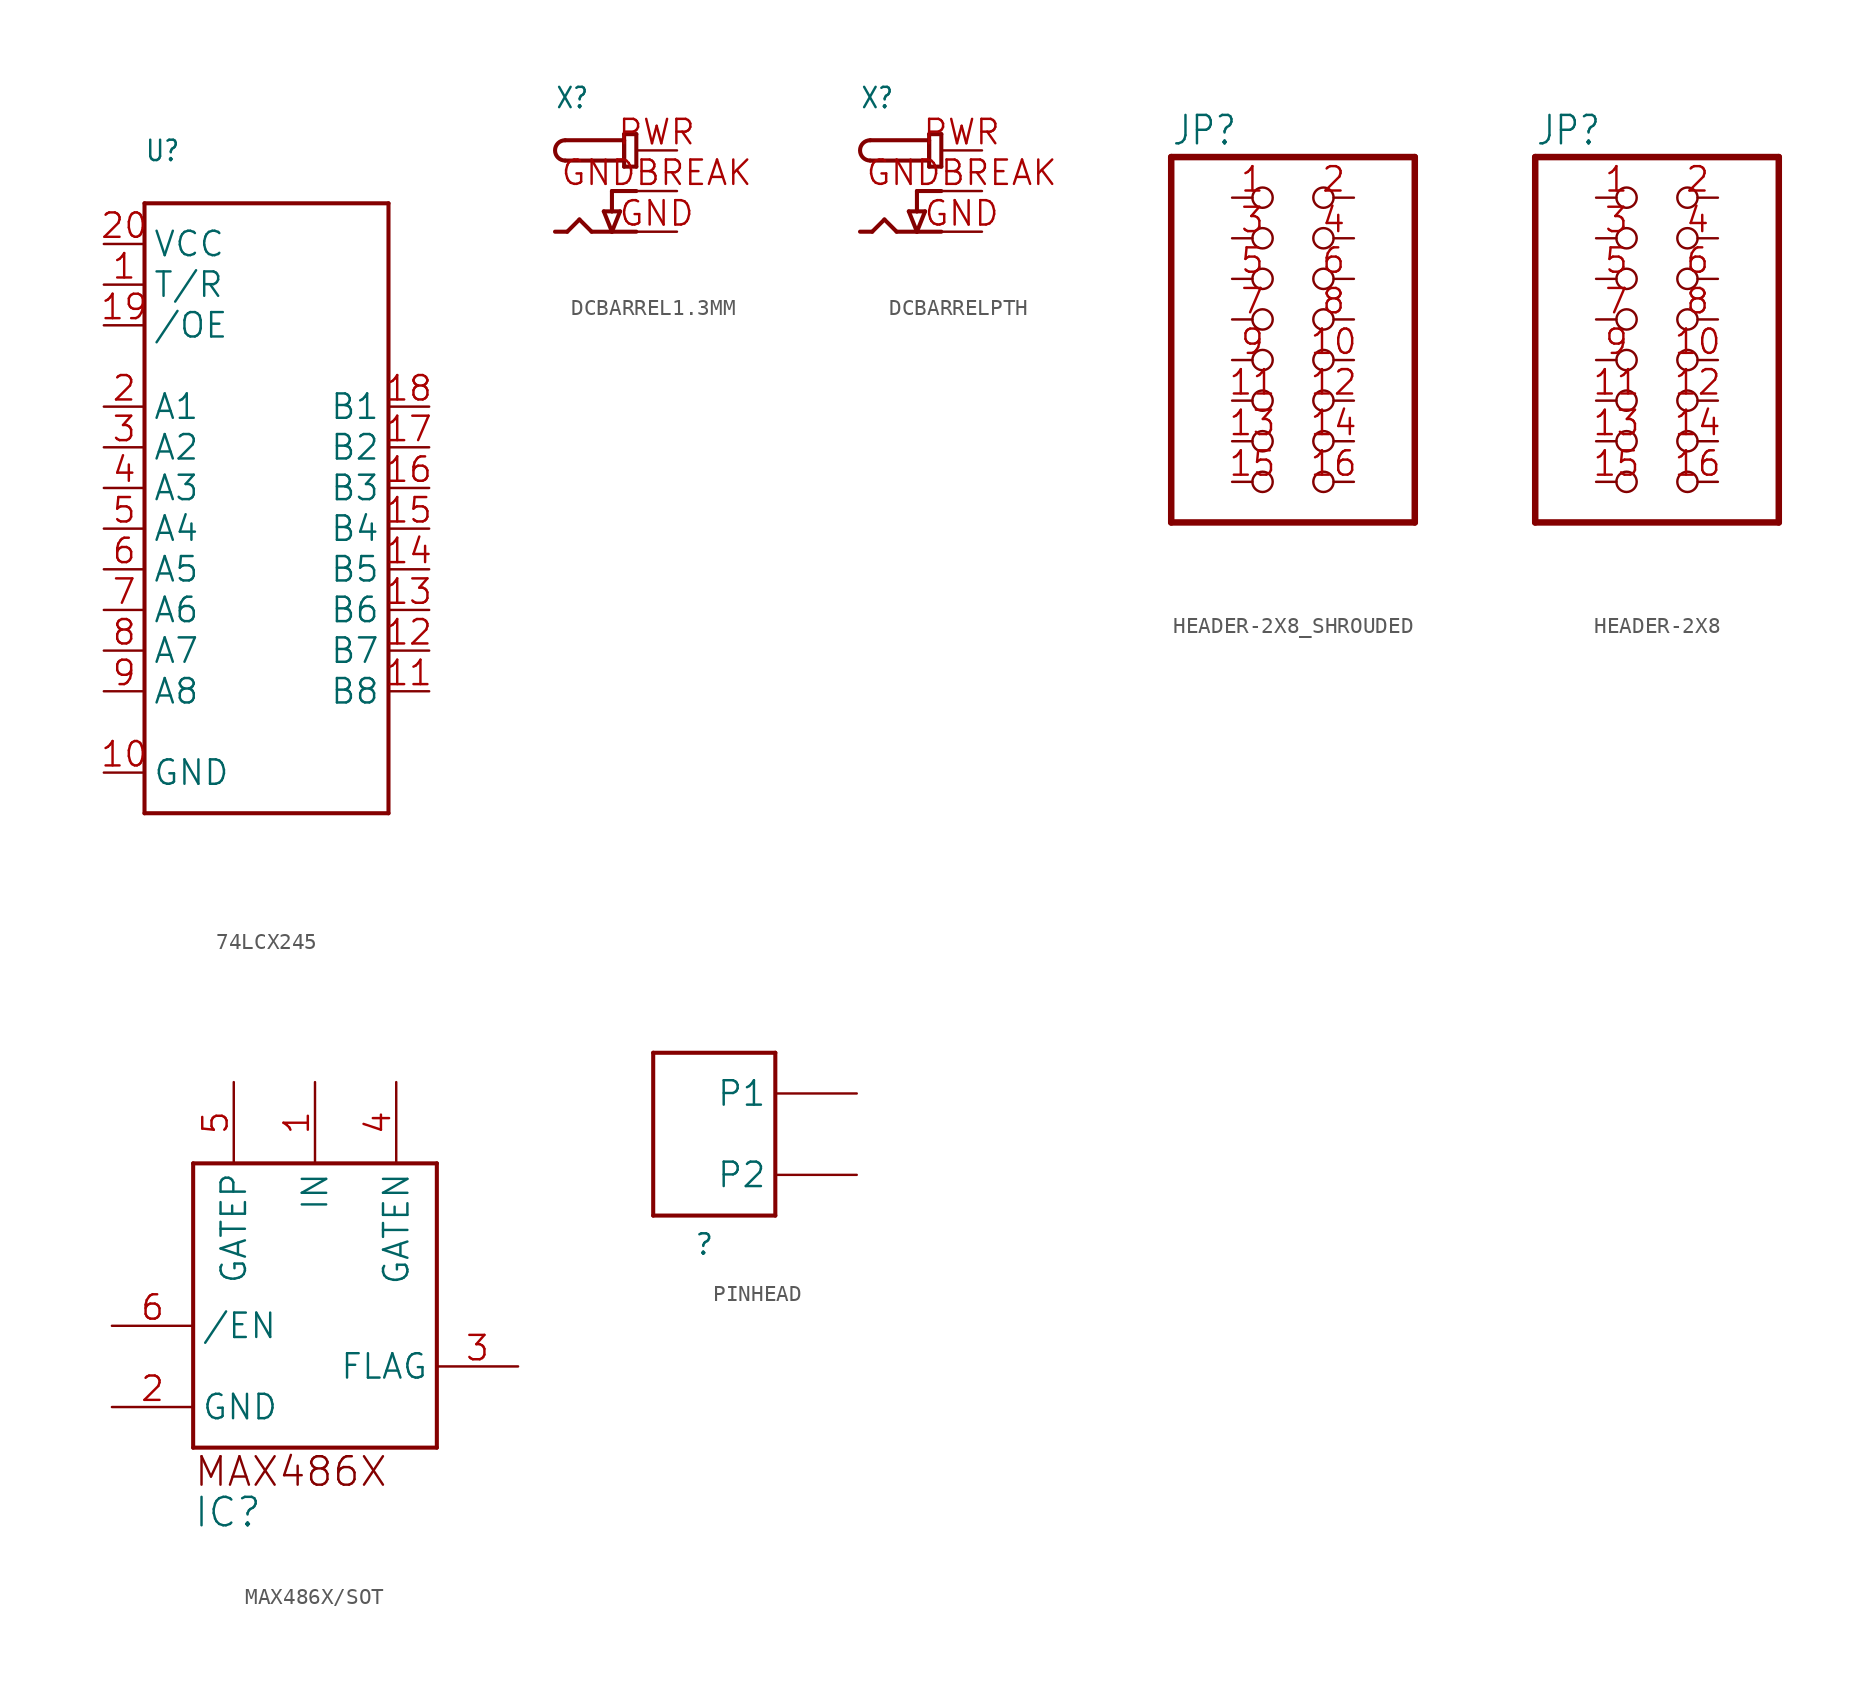
<source format=kicad_sym>
(kicad_symbol_lib
  (version 20241209)
  (generator "kicad_symbol_editor")
  (generator_version "9.0")
  (symbol "74LCX245"
    (property "Reference" "U"
      (at -7.62 22.86 0)
      (effects (font (size 1.27 1.079)) (justify left bottom)))
    (property "Value" ""
      (at -7.62 -20.32 0)
      (effects (font (size 1.27 1.079)) (justify left bottom)))
    (property "ki_locked" ""
      (at 0 0 0)
      (effects (font (size 1.27 1.27))))
    (symbol "74LCX245_1_0"
      (polyline (pts (xy -7.62 20.32) (xy 7.62 20.32)) (stroke (width 0.254) (type solid)) (fill (type none)))
      (polyline (pts (xy -7.62 -17.78) (xy -7.62 20.32)) (stroke (width 0.254) (type solid)) (fill (type none)))
      (polyline (pts (xy 7.62 20.32) (xy 7.62 -17.78)) (stroke (width 0.254) (type solid)) (fill (type none)))
      (polyline (pts (xy 7.62 -17.78) (xy -7.62 -17.78)) (stroke (width 0.254) (type solid)) (fill (type none)))
      (pin bidirectional line (at -10.16 17.78 0) (length 2.54) (name "VCC" (effects (font (size 1.524 1.524)))) (number "20" (effects (font (size 1.524 1.524)))))
      (pin bidirectional line (at -10.16 15.24 0) (length 2.54) (name "T/R" (effects (font (size 1.524 1.524)))) (number "1" (effects (font (size 1.524 1.524)))))
      (pin bidirectional line (at -10.16 12.7 0) (length 2.54) (name "/OE" (effects (font (size 1.524 1.524)))) (number "19" (effects (font (size 1.524 1.524)))))
      (pin bidirectional line (at -10.16 7.62 0) (length 2.54) (name "A1" (effects (font (size 1.524 1.524)))) (number "2" (effects (font (size 1.524 1.524)))))
      (pin bidirectional line (at -10.16 5.08 0) (length 2.54) (name "A2" (effects (font (size 1.524 1.524)))) (number "3" (effects (font (size 1.524 1.524)))))
      (pin bidirectional line (at -10.16 2.54 0) (length 2.54) (name "A3" (effects (font (size 1.524 1.524)))) (number "4" (effects (font (size 1.524 1.524)))))
      (pin bidirectional line (at -10.16 0 0) (length 2.54) (name "A4" (effects (font (size 1.524 1.524)))) (number "5" (effects (font (size 1.524 1.524)))))
      (pin bidirectional line (at -10.16 -2.54 0) (length 2.54) (name "A5" (effects (font (size 1.524 1.524)))) (number "6" (effects (font (size 1.524 1.524)))))
      (pin bidirectional line (at -10.16 -5.08 0) (length 2.54) (name "A6" (effects (font (size 1.524 1.524)))) (number "7" (effects (font (size 1.524 1.524)))))
      (pin bidirectional line (at -10.16 -7.62 0) (length 2.54) (name "A7" (effects (font (size 1.524 1.524)))) (number "8" (effects (font (size 1.524 1.524)))))
      (pin bidirectional line (at -10.16 -10.16 0) (length 2.54) (name "A8" (effects (font (size 1.524 1.524)))) (number "9" (effects (font (size 1.524 1.524)))))
      (pin bidirectional line (at -10.16 -15.24 0) (length 2.54) (name "GND" (effects (font (size 1.524 1.524)))) (number "10" (effects (font (size 1.524 1.524)))))
      (pin bidirectional line (at 10.16 7.62 180) (length 2.54) (name "B1" (effects (font (size 1.524 1.524)))) (number "18" (effects (font (size 1.524 1.524)))))
      (pin bidirectional line (at 10.16 5.08 180) (length 2.54) (name "B2" (effects (font (size 1.524 1.524)))) (number "17" (effects (font (size 1.524 1.524)))))
      (pin bidirectional line (at 10.16 2.54 180) (length 2.54) (name "B3" (effects (font (size 1.524 1.524)))) (number "16" (effects (font (size 1.524 1.524)))))
      (pin bidirectional line (at 10.16 0 180) (length 2.54) (name "B4" (effects (font (size 1.524 1.524)))) (number "15" (effects (font (size 1.524 1.524)))))
      (pin bidirectional line (at 10.16 -2.54 180) (length 2.54) (name "B5" (effects (font (size 1.524 1.524)))) (number "14" (effects (font (size 1.524 1.524)))))
      (pin bidirectional line (at 10.16 -5.08 180) (length 2.54) (name "B6" (effects (font (size 1.524 1.524)))) (number "13" (effects (font (size 1.524 1.524)))))
      (pin bidirectional line (at 10.16 -7.62 180) (length 2.54) (name "B7" (effects (font (size 1.524 1.524)))) (number "12" (effects (font (size 1.524 1.524)))))
      (pin bidirectional line (at 10.16 -10.16 180) (length 2.54) (name "B8" (effects (font (size 1.524 1.524)))) (number "11" (effects (font (size 1.524 1.524)))))))
  (symbol "DCBARREL1.3MM"
    (property "Reference" "X"
      (at -5.08 5.08 0)
      (effects (font (size 1.27 1.079)) (justify left bottom)))
    (property "Value" ""
      (at -5.08 -5.08 0)
      (effects (font (size 1.27 1.079)) (justify left bottom)))
    (property "ki_locked" ""
      (at 0 0 0)
      (effects (font (size 1.27 1.27))))
    (symbol "DCBARREL1.3MM_1_0"
      (polyline (pts (xy -5.08 -2.54) (xy -4.318 -2.54)) (stroke (width 0.254) (type solid)) (fill (type none)))
      (arc (start -4.445 1.905) (mid -5.08 2.54) (end -4.445 3.175) (stroke (width 0.254) (type solid)) (fill (type none)))
      (polyline (pts (xy -4.318 -2.54) (xy -3.556 -1.778)) (stroke (width 0.254) (type solid)) (fill (type none)))
      (polyline (pts (xy -3.556 -1.778) (xy -2.794 -2.54)) (stroke (width 0.254) (type solid)) (fill (type none)))
      (polyline (pts (xy -2.032 -1.27) (xy -1.524 -1.27)) (stroke (width 0.254) (type solid)) (fill (type none)))
      (polyline (pts (xy -1.524 0) (xy -1.524 -1.27)) (stroke (width 0.254) (type solid)) (fill (type none)))
      (polyline (pts (xy -1.524 -1.27) (xy -1.016 -1.27)) (stroke (width 0.254) (type solid)) (fill (type none)))
      (polyline (pts (xy -1.524 -2.54) (xy -2.794 -2.54)) (stroke (width 0.254) (type solid)) (fill (type none)))
      (polyline (pts (xy -1.524 -2.54) (xy -2.032 -1.27)) (stroke (width 0.254) (type solid)) (fill (type none)))
      (polyline (pts (xy -1.016 -1.27) (xy -1.524 -2.54)) (stroke (width 0.254) (type solid)) (fill (type none)))
      (polyline (pts (xy -0.762 3.556) (xy 0 3.556)) (stroke (width 0.254) (type solid)) (fill (type none)))
      (polyline (pts (xy -0.762 3.175) (xy -4.445 3.175)) (stroke (width 0.254) (type solid)) (fill (type none)))
      (polyline (pts (xy -0.762 3.175) (xy -0.762 1.905)) (stroke (width 0.254) (type solid)) (fill (type none)))
      (polyline (pts (xy -0.762 1.905) (xy -4.445 1.905)) (stroke (width 0.254) (type solid)) (fill (type none)))
      (polyline (pts (xy -0.762 1.524) (xy -0.762 3.556)) (stroke (width 0.254) (type solid)) (fill (type none)))
      (polyline (pts (xy 0 3.556) (xy 0 1.524)) (stroke (width 0.254) (type solid)) (fill (type none)))
      (polyline (pts (xy 0 1.524) (xy -0.762 1.524)) (stroke (width 0.254) (type solid)) (fill (type none)))
      (polyline (pts (xy 0 0) (xy -1.524 0)) (stroke (width 0.254) (type solid)) (fill (type none)))
      (polyline (pts (xy 0 -2.54) (xy -1.524 -2.54)) (stroke (width 0.254) (type solid)) (fill (type none)))
      (pin power_in line (at 2.54 2.54 180) (length 2.54) (name "PWR" (effects (font (size 0 0)))) (number "PWR" (effects (font (size 1.524 1.524)))))
      (pin power_in line (at 2.54 0 180) (length 2.54) (name "GNDBREAK" (effects (font (size 0 0)))) (number "GNDBREAK" (effects (font (size 1.524 1.524)))))
      (pin power_in line (at 2.54 -2.54 180) (length 2.54) (name "GND" (effects (font (size 0 0)))) (number "GND" (effects (font (size 1.524 1.524)))))))
  (symbol "DCBARRELPTH"
    (property "Reference" "X"
      (at -5.08 5.08 0)
      (effects (font (size 1.27 1.079)) (justify left bottom)))
    (property "Value" ""
      (at -5.08 -5.08 0)
      (effects (font (size 1.27 1.079)) (justify left bottom)))
    (property "ki_locked" ""
      (at 0 0 0)
      (effects (font (size 1.27 1.27))))
    (symbol "DCBARRELPTH_1_0"
      (polyline (pts (xy -5.08 -2.54) (xy -4.318 -2.54)) (stroke (width 0.254) (type solid)) (fill (type none)))
      (arc (start -4.445 1.905) (mid -5.08 2.54) (end -4.445 3.175) (stroke (width 0.254) (type solid)) (fill (type none)))
      (polyline (pts (xy -4.318 -2.54) (xy -3.556 -1.778)) (stroke (width 0.254) (type solid)) (fill (type none)))
      (polyline (pts (xy -3.556 -1.778) (xy -2.794 -2.54)) (stroke (width 0.254) (type solid)) (fill (type none)))
      (polyline (pts (xy -2.032 -1.27) (xy -1.524 -1.27)) (stroke (width 0.254) (type solid)) (fill (type none)))
      (polyline (pts (xy -1.524 0) (xy -1.524 -1.27)) (stroke (width 0.254) (type solid)) (fill (type none)))
      (polyline (pts (xy -1.524 -1.27) (xy -1.016 -1.27)) (stroke (width 0.254) (type solid)) (fill (type none)))
      (polyline (pts (xy -1.524 -2.54) (xy -2.794 -2.54)) (stroke (width 0.254) (type solid)) (fill (type none)))
      (polyline (pts (xy -1.524 -2.54) (xy -2.032 -1.27)) (stroke (width 0.254) (type solid)) (fill (type none)))
      (polyline (pts (xy -1.016 -1.27) (xy -1.524 -2.54)) (stroke (width 0.254) (type solid)) (fill (type none)))
      (polyline (pts (xy -0.762 3.556) (xy 0 3.556)) (stroke (width 0.254) (type solid)) (fill (type none)))
      (polyline (pts (xy -0.762 3.175) (xy -4.445 3.175)) (stroke (width 0.254) (type solid)) (fill (type none)))
      (polyline (pts (xy -0.762 3.175) (xy -0.762 1.905)) (stroke (width 0.254) (type solid)) (fill (type none)))
      (polyline (pts (xy -0.762 1.905) (xy -4.445 1.905)) (stroke (width 0.254) (type solid)) (fill (type none)))
      (polyline (pts (xy -0.762 1.524) (xy -0.762 3.556)) (stroke (width 0.254) (type solid)) (fill (type none)))
      (polyline (pts (xy 0 3.556) (xy 0 1.524)) (stroke (width 0.254) (type solid)) (fill (type none)))
      (polyline (pts (xy 0 1.524) (xy -0.762 1.524)) (stroke (width 0.254) (type solid)) (fill (type none)))
      (polyline (pts (xy 0 0) (xy -1.524 0)) (stroke (width 0.254) (type solid)) (fill (type none)))
      (polyline (pts (xy 0 -2.54) (xy -1.524 -2.54)) (stroke (width 0.254) (type solid)) (fill (type none)))
      (pin power_in line (at 2.54 2.54 180) (length 2.54) (name "PWR" (effects (font (size 0 0)))) (number "PWR" (effects (font (size 1.524 1.524)))))
      (pin power_in line (at 2.54 0 180) (length 2.54) (name "GNDBREAK" (effects (font (size 0 0)))) (number "GNDBREAK" (effects (font (size 1.524 1.524)))))
      (pin power_in line (at 2.54 -2.54 180) (length 2.54) (name "GND" (effects (font (size 0 0)))) (number "GND" (effects (font (size 1.524 1.524)))))))
  (symbol "HEADER-2X8_SHROUDED"
    (property "Reference" "JP"
      (at -8.89 10.795 0)
      (effects (font (size 1.778 1.511)) (justify left bottom)))
    (property "Value" ""
      (at -8.89 -15.24 0)
      (effects (font (size 1.778 1.511)) (justify left bottom)))
    (property "ki_locked" ""
      (at 0 0 0)
      (effects (font (size 1.27 1.27))))
    (symbol "HEADER-2X8_SHROUDED_1_0"
      (polyline (pts (xy -8.89 10.16) (xy -8.89 -12.7)) (stroke (width 0.406) (type solid)) (fill (type none)))
      (polyline (pts (xy -8.89 -12.7) (xy 6.35 -12.7)) (stroke (width 0.406) (type solid)) (fill (type none)))
      (polyline (pts (xy 6.35 10.16) (xy -8.89 10.16)) (stroke (width 0.406) (type solid)) (fill (type none)))
      (polyline (pts (xy 6.35 -12.7) (xy 6.35 10.16)) (stroke (width 0.406) (type solid)) (fill (type none)))
      (pin passive inverted (at -5.08 7.62 0) (length 2.54) (name "1" (effects (font (size 0 0)))) (number "1" (effects (font (size 1.524 1.524)))))
      (pin passive inverted (at -5.08 5.08 0) (length 2.54) (name "3" (effects (font (size 0 0)))) (number "3" (effects (font (size 1.524 1.524)))))
      (pin passive inverted (at -5.08 2.54 0) (length 2.54) (name "5" (effects (font (size 0 0)))) (number "5" (effects (font (size 1.524 1.524)))))
      (pin passive inverted (at -5.08 0 0) (length 2.54) (name "7" (effects (font (size 0 0)))) (number "7" (effects (font (size 1.524 1.524)))))
      (pin passive inverted (at -5.08 -2.54 0) (length 2.54) (name "9" (effects (font (size 0 0)))) (number "9" (effects (font (size 1.524 1.524)))))
      (pin passive inverted (at -5.08 -5.08 0) (length 2.54) (name "11" (effects (font (size 0 0)))) (number "11" (effects (font (size 1.524 1.524)))))
      (pin passive inverted (at -5.08 -7.62 0) (length 2.54) (name "13" (effects (font (size 0 0)))) (number "13" (effects (font (size 1.524 1.524)))))
      (pin passive inverted (at -5.08 -10.16 0) (length 2.54) (name "15" (effects (font (size 0 0)))) (number "15" (effects (font (size 1.524 1.524)))))
      (pin passive inverted (at 2.54 7.62 180) (length 2.54) (name "2" (effects (font (size 0 0)))) (number "2" (effects (font (size 1.524 1.524)))))
      (pin passive inverted (at 2.54 5.08 180) (length 2.54) (name "4" (effects (font (size 0 0)))) (number "4" (effects (font (size 1.524 1.524)))))
      (pin passive inverted (at 2.54 2.54 180) (length 2.54) (name "6" (effects (font (size 0 0)))) (number "6" (effects (font (size 1.524 1.524)))))
      (pin passive inverted (at 2.54 0 180) (length 2.54) (name "8" (effects (font (size 0 0)))) (number "8" (effects (font (size 1.524 1.524)))))
      (pin passive inverted (at 2.54 -2.54 180) (length 2.54) (name "10" (effects (font (size 0 0)))) (number "10" (effects (font (size 1.524 1.524)))))
      (pin passive inverted (at 2.54 -5.08 180) (length 2.54) (name "12" (effects (font (size 0 0)))) (number "12" (effects (font (size 1.524 1.524)))))
      (pin passive inverted (at 2.54 -7.62 180) (length 2.54) (name "14" (effects (font (size 0 0)))) (number "14" (effects (font (size 1.524 1.524)))))
      (pin passive inverted (at 2.54 -10.16 180) (length 2.54) (name "16" (effects (font (size 0 0)))) (number "16" (effects (font (size 1.524 1.524)))))))
  (symbol "HEADER-2X8"
    (property "Reference" "JP"
      (at -8.89 10.795 0)
      (effects (font (size 1.778 1.511)) (justify left bottom)))
    (property "Value" ""
      (at -8.89 -15.24 0)
      (effects (font (size 1.778 1.511)) (justify left bottom)))
    (property "ki_locked" ""
      (at 0 0 0)
      (effects (font (size 1.27 1.27))))
    (symbol "HEADER-2X8_1_0"
      (polyline (pts (xy -8.89 10.16) (xy -8.89 -12.7)) (stroke (width 0.406) (type solid)) (fill (type none)))
      (polyline (pts (xy -8.89 -12.7) (xy 6.35 -12.7)) (stroke (width 0.406) (type solid)) (fill (type none)))
      (polyline (pts (xy 6.35 10.16) (xy -8.89 10.16)) (stroke (width 0.406) (type solid)) (fill (type none)))
      (polyline (pts (xy 6.35 -12.7) (xy 6.35 10.16)) (stroke (width 0.406) (type solid)) (fill (type none)))
      (pin passive inverted (at -5.08 7.62 0) (length 2.54) (name "1" (effects (font (size 0 0)))) (number "1" (effects (font (size 1.524 1.524)))))
      (pin passive inverted (at -5.08 5.08 0) (length 2.54) (name "3" (effects (font (size 0 0)))) (number "3" (effects (font (size 1.524 1.524)))))
      (pin passive inverted (at -5.08 2.54 0) (length 2.54) (name "5" (effects (font (size 0 0)))) (number "5" (effects (font (size 1.524 1.524)))))
      (pin passive inverted (at -5.08 0 0) (length 2.54) (name "7" (effects (font (size 0 0)))) (number "7" (effects (font (size 1.524 1.524)))))
      (pin passive inverted (at -5.08 -2.54 0) (length 2.54) (name "9" (effects (font (size 0 0)))) (number "9" (effects (font (size 1.524 1.524)))))
      (pin passive inverted (at -5.08 -5.08 0) (length 2.54) (name "11" (effects (font (size 0 0)))) (number "11" (effects (font (size 1.524 1.524)))))
      (pin passive inverted (at -5.08 -7.62 0) (length 2.54) (name "13" (effects (font (size 0 0)))) (number "13" (effects (font (size 1.524 1.524)))))
      (pin passive inverted (at -5.08 -10.16 0) (length 2.54) (name "15" (effects (font (size 0 0)))) (number "15" (effects (font (size 1.524 1.524)))))
      (pin passive inverted (at 2.54 7.62 180) (length 2.54) (name "2" (effects (font (size 0 0)))) (number "2" (effects (font (size 1.524 1.524)))))
      (pin passive inverted (at 2.54 5.08 180) (length 2.54) (name "4" (effects (font (size 0 0)))) (number "4" (effects (font (size 1.524 1.524)))))
      (pin passive inverted (at 2.54 2.54 180) (length 2.54) (name "6" (effects (font (size 0 0)))) (number "6" (effects (font (size 1.524 1.524)))))
      (pin passive inverted (at 2.54 0 180) (length 2.54) (name "8" (effects (font (size 0 0)))) (number "8" (effects (font (size 1.524 1.524)))))
      (pin passive inverted (at 2.54 -2.54 180) (length 2.54) (name "10" (effects (font (size 0 0)))) (number "10" (effects (font (size 1.524 1.524)))))
      (pin passive inverted (at 2.54 -5.08 180) (length 2.54) (name "12" (effects (font (size 0 0)))) (number "12" (effects (font (size 1.524 1.524)))))
      (pin passive inverted (at 2.54 -7.62 180) (length 2.54) (name "14" (effects (font (size 0 0)))) (number "14" (effects (font (size 1.524 1.524)))))
      (pin passive inverted (at 2.54 -10.16 180) (length 2.54) (name "16" (effects (font (size 0 0)))) (number "16" (effects (font (size 1.524 1.524)))))))
  (symbol "MAX486X/SOT"
    (property "Reference" "IC"
      (at -7.62 -15.24 0)
      (effects (font (size 1.778 1.778)) (justify left bottom)))
    (property "ki_locked" ""
      (at 0 0 0)
      (effects (font (size 1.27 1.27))))
    (symbol "MAX486X/SOT_1_0"
      (polyline (pts (xy -7.62 7.62) (xy 7.62 7.62)) (stroke (width 0.254) (type solid)) (fill (type none)))
      (polyline (pts (xy -7.62 -10.16) (xy -7.62 7.62)) (stroke (width 0.254) (type solid)) (fill (type none)))
      (polyline (pts (xy 7.62 7.62) (xy 7.62 -10.16)) (stroke (width 0.254) (type solid)) (fill (type none)))
      (polyline (pts (xy 7.62 -10.16) (xy -7.62 -10.16)) (stroke (width 0.254) (type solid)) (fill (type none)))
      (text "MAX486X" (at -7.62 -12.7 0) (effects (font (size 1.778 1.778)) (justify left bottom)))
      (pin input line (at -12.7 -2.54 0) (length 5.08) (name "/EN" (effects (font (size 1.524 1.524)))) (number "6" (effects (font (size 1.524 1.524)))))
      (pin power_in line (at -12.7 -7.62 0) (length 5.08) (name "GND" (effects (font (size 1.524 1.524)))) (number "2" (effects (font (size 1.524 1.524)))))
      (pin output line (at -5.08 12.7 270) (length 5.08) (name "GATEP" (effects (font (size 1.524 1.524)))) (number "5" (effects (font (size 1.524 1.524)))))
      (pin input line (at 0 12.7 270) (length 5.08) (name "IN" (effects (font (size 1.524 1.524)))) (number "1" (effects (font (size 1.524 1.524)))))
      (pin output line (at 5.08 12.7 270) (length 5.08) (name "GATEN" (effects (font (size 1.524 1.524)))) (number "4" (effects (font (size 1.524 1.524)))))
      (pin output line (at 12.7 -5.08 180) (length 5.08) (name "FLAG" (effects (font (size 1.524 1.524)))) (number "3" (effects (font (size 1.524 1.524)))))))
  (symbol "PINHEAD"
    (property "Reference" ""
      (at -2.54 -7.62 0)
      (effects (font (size 1.27 1.27)) (justify left bottom)))
    (property "ki_locked" ""
      (at 0 0 0)
      (effects (font (size 1.27 1.27))))
    (symbol "PINHEAD_1_0"
      (polyline (pts (xy -5.08 5.08) (xy 2.54 5.08)) (stroke (width 0.254) (type solid)) (fill (type none)))
      (polyline (pts (xy -5.08 -5.08) (xy -5.08 5.08)) (stroke (width 0.254) (type solid)) (fill (type none)))
      (polyline (pts (xy 2.54 5.08) (xy 2.54 -5.08)) (stroke (width 0.254) (type solid)) (fill (type none)))
      (polyline (pts (xy 2.54 -5.08) (xy -5.08 -5.08)) (stroke (width 0.254) (type solid)) (fill (type none)))
      (pin bidirectional line (at 7.62 2.54 180) (length 5.08) (name "P1" (effects (font (size 1.524 1.524)))) (number "P$3" (effects (font (size 0 0)))))
      (pin bidirectional line (at 7.62 -2.54 180) (length 5.08) (name "P2" (effects (font (size 1.524 1.524)))) (number "P$4" (effects (font (size 0 0))))))))
</source>
